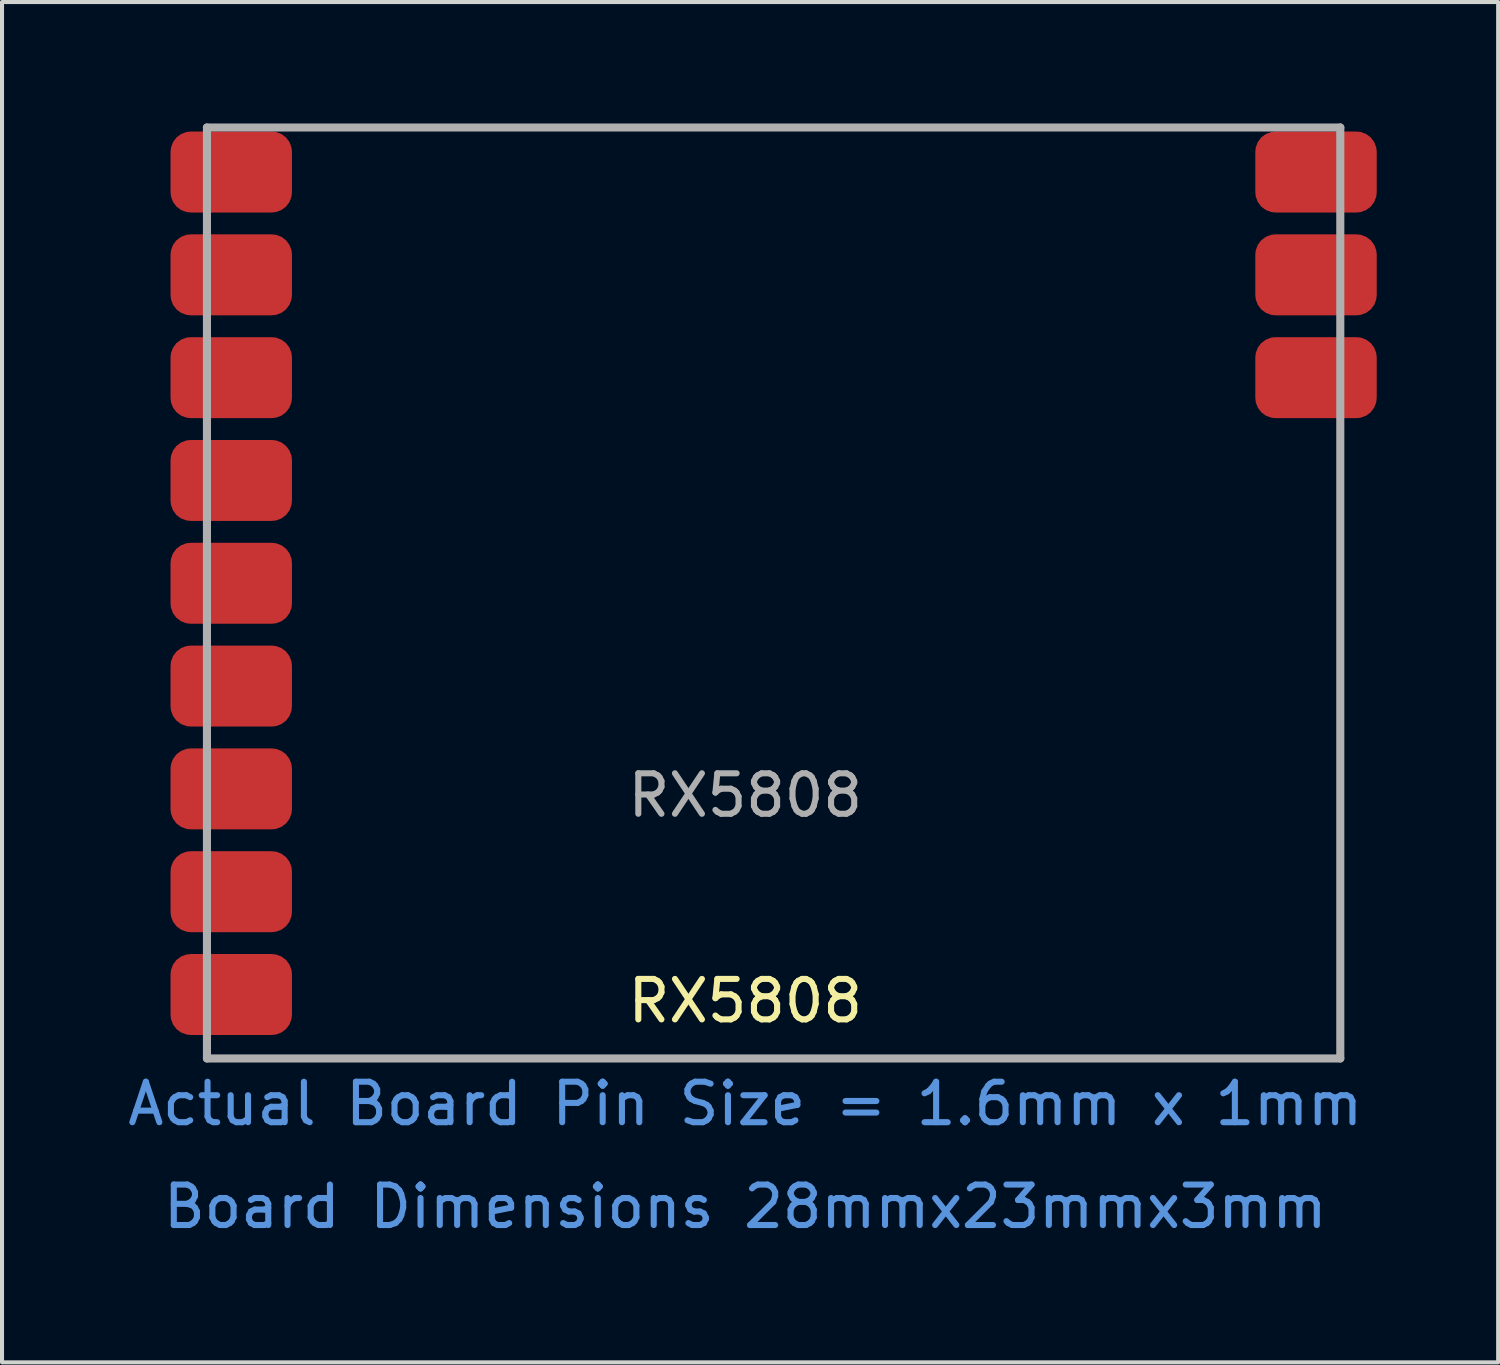
<source format=kicad_pcb>
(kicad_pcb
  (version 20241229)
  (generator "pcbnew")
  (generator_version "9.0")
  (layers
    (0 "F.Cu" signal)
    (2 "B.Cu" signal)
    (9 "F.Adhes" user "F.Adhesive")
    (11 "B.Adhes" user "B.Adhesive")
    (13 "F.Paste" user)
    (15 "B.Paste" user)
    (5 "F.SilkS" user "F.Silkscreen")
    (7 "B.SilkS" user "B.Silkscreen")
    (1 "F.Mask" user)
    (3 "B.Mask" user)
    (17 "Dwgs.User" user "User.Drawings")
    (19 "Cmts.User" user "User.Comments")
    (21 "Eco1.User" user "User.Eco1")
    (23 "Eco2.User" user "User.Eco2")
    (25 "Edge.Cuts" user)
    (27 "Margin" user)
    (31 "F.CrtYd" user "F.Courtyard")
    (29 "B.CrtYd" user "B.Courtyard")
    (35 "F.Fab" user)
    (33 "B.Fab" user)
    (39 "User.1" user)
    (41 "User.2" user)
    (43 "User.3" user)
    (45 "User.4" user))
  (footprint "RX5808"
    (layer "F.Cu")
    (at 15.363 16.6)
    (property "Reference" "RX5808" (at 0 5.08 0) (unlocked yes) (layer "F.SilkS") (effects (font (size 1 1) (thickness 0.15))))
    (attr smd)
    (fp_line (start -13.3 -16.5) (end 14.7 -16.5) (stroke (width 0.2) (type solid)) (layer "F.Fab"))
    (fp_line (start -13.3 6.5) (end -13.3 -16.5) (stroke (width 0.2) (type solid)) (layer "F.Fab"))
    (fp_line (start -13.3 6.5) (end 14.7 6.5) (stroke (width 0.2) (type solid)) (layer "F.Fab"))
    (fp_line (start 14.7 6.5) (end 14.7 -16.5) (stroke (width 0.2) (type solid)) (layer "F.Fab"))
    (fp_text user "Actual Board Pin Size = 1.6mm x 1mm" (at 0 7.62 0) (unlocked yes) (layer "Cmts.User") (effects (font (size 1 1) (thickness 0.15))))
    (fp_text user "Board Dimensions 28mmx23mmx3mm" (at 0 10.16 0) (unlocked yes) (layer "Cmts.User") (effects (font (size 1 1) (thickness 0.15))))
    (fp_text user "${REFERENCE}" (at 0 0 0) (unlocked yes) (layer "F.Fab") (effects (font (size 1 1) (thickness 0.15))))
    (pad "1" smd roundrect (at -12.7 4.92 180) (size 3 2) (layers "F.Cu" "F.Mask" "F.Paste") (roundrect_rratio 0.25))
    (pad "2" smd roundrect (at -12.7 2.38 180) (size 3 2) (layers "F.Cu" "F.Mask" "F.Paste") (roundrect_rratio 0.25))
    (pad "3" smd roundrect (at -12.7 -0.16 180) (size 3 2) (layers "F.Cu" "F.Mask" "F.Paste") (roundrect_rratio 0.25))
    (pad "4" smd roundrect (at -12.7 -2.7 180) (size 3 2) (layers "F.Cu" "F.Mask" "F.Paste") (roundrect_rratio 0.25))
    (pad "5" smd roundrect (at -12.7 -5.24 180) (size 3 2) (layers "F.Cu" "F.Mask" "F.Paste") (roundrect_rratio 0.25))
    (pad "6" smd roundrect (at -12.7 -7.78 180) (size 3 2) (layers "F.Cu" "F.Mask" "F.Paste") (roundrect_rratio 0.25))
    (pad "7" smd roundrect (at -12.7 -10.32 180) (size 3 2) (layers "F.Cu" "F.Mask" "F.Paste") (roundrect_rratio 0.25))
    (pad "8" smd roundrect (at -12.7 -12.86 180) (size 3 2) (layers "F.Cu" "F.Mask" "F.Paste") (roundrect_rratio 0.25))
    (pad "9" smd roundrect (at -12.7 -15.4 180) (size 3 2) (layers "F.Cu" "F.Mask" "F.Paste") (roundrect_rratio 0.25))
    (pad "10" smd roundrect (at 14.1 -15.4 180) (size 3 2) (layers "F.Cu" "F.Mask" "F.Paste") (roundrect_rratio 0.25))
    (pad "11" smd roundrect (at 14.1 -12.86 180) (size 3 2) (layers "F.Cu" "F.Mask" "F.Paste") (roundrect_rratio 0.25))
    (pad "12" smd roundrect (at 14.1 -10.32 180) (size 3 2) (layers "F.Cu" "F.Mask" "F.Paste") (roundrect_rratio 0.25)))
  (gr_rect
    (start -3 -3)
    (end 33.963 30.608)
    (stroke (width 0.1) (type default))
    (fill no)
    (layer "Edge.Cuts")))
</source>
